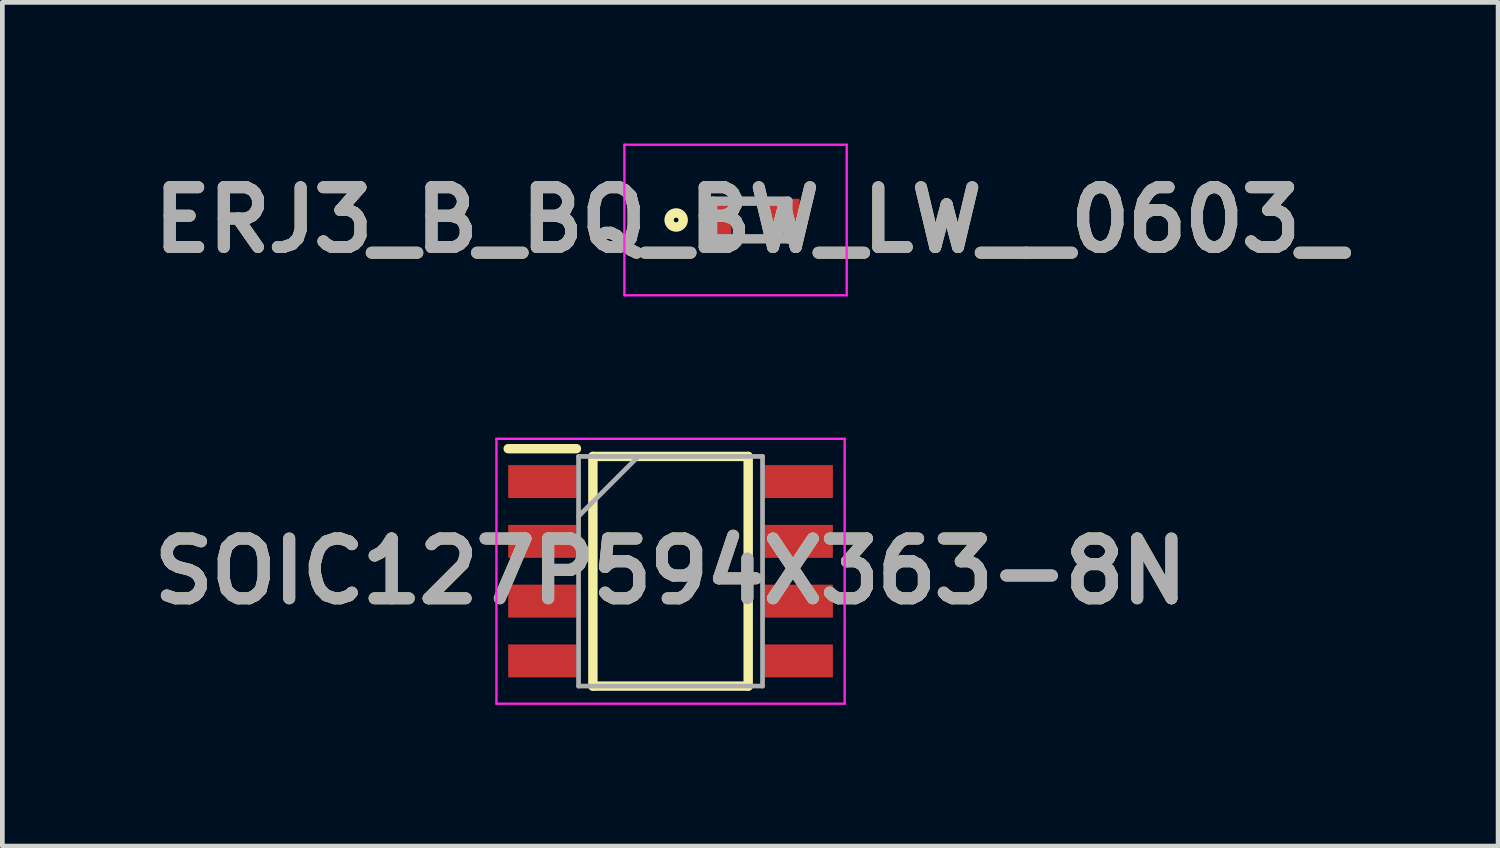
<source format=kicad_pcb>
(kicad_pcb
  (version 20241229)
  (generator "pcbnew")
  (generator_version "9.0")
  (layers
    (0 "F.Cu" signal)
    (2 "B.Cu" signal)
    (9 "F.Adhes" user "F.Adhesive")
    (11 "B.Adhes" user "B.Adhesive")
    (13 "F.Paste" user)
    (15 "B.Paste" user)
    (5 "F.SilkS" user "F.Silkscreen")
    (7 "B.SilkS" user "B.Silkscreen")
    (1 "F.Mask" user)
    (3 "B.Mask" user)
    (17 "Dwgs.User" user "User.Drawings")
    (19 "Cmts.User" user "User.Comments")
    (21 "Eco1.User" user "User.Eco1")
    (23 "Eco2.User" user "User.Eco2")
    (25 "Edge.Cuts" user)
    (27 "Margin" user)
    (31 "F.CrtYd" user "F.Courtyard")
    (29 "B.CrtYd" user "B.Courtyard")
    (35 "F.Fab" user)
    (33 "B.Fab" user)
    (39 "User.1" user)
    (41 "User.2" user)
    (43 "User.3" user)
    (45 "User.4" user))
  (footprint "ERJ3_B_BQ_BW_LW__0603_"
    (layer "F.Cu")
    (at 12.894 1.625)
    (property "Reference" "ERJ3_B_BQ_BW_LW__0603_" (at 0 0 0) (layer "F.SilkS") (effects (font (size 1.27 1.27) (thickness 0.254))))
    (attr smd)
    (fp_circle (center -1.575 0) (end -1.575 0.05) (stroke (width 0.2) (type solid)) (fill no) (layer "F.SilkS"))
    (fp_line (start -2.675 -1.6) (end 2.05 -1.6) (stroke (width 0.05) (type solid)) (layer "F.CrtYd"))
    (fp_line (start -2.675 1.6) (end -2.675 -1.6) (stroke (width 0.05) (type solid)) (layer "F.CrtYd"))
    (fp_line (start 2.05 -1.6) (end 2.05 1.6) (stroke (width 0.05) (type solid)) (layer "F.CrtYd"))
    (fp_line (start 2.05 1.6) (end -2.675 1.6) (stroke (width 0.05) (type solid)) (layer "F.CrtYd"))
    (fp_line (start -0.8 -0.4) (end 0.8 -0.4) (stroke (width 0.2) (type solid)) (layer "F.Fab"))
    (fp_line (start -0.8 0.4) (end -0.8 -0.4) (stroke (width 0.2) (type solid)) (layer "F.Fab"))
    (fp_line (start 0.8 -0.4) (end 0.8 0.4) (stroke (width 0.2) (type solid)) (layer "F.Fab"))
    (fp_line (start 0.8 0.4) (end -0.8 0.4) (stroke (width 0.2) (type solid)) (layer "F.Fab"))
    (fp_text user "${REFERENCE}" (at 0 0 0) (layer "F.Fab") (effects (font (size 1.27 1.27) (thickness 0.254))))
    (pad "1" smd rect (at -0.725 0) (size 0.65 0.9) (layers "F.Cu" "F.Mask" "F.Paste"))
    (pad "2" smd rect (at 0.725 0) (size 0.65 0.9) (layers "F.Cu" "F.Mask" "F.Paste")))
  (footprint "SOIC127P594X363-8N"
    (layer "F.Cu")
    (at 11.2 9.09)
    (property "Reference" "SOIC127P594X363-8N" (at 0 0 0) (layer "F.SilkS") (effects (font (size 1.27 1.27) (thickness 0.254))))
    (attr smd)
    (fp_line (start -3.45 -2.605) (end -2 -2.605) (stroke (width 0.2) (type solid)) (layer "F.SilkS"))
    (fp_line (start -1.65 -2.44) (end 1.65 -2.44) (stroke (width 0.2) (type solid)) (layer "F.SilkS"))
    (fp_line (start -1.65 2.44) (end -1.65 -2.44) (stroke (width 0.2) (type solid)) (layer "F.SilkS"))
    (fp_line (start 1.65 -2.44) (end 1.65 2.44) (stroke (width 0.2) (type solid)) (layer "F.SilkS"))
    (fp_line (start 1.65 2.44) (end -1.65 2.44) (stroke (width 0.2) (type solid)) (layer "F.SilkS"))
    (fp_line (start -3.7 -2.815) (end 3.7 -2.815) (stroke (width 0.05) (type solid)) (layer "F.CrtYd"))
    (fp_line (start -3.7 2.815) (end -3.7 -2.815) (stroke (width 0.05) (type solid)) (layer "F.CrtYd"))
    (fp_line (start 3.7 -2.815) (end 3.7 2.815) (stroke (width 0.05) (type solid)) (layer "F.CrtYd"))
    (fp_line (start 3.7 2.815) (end -3.7 2.815) (stroke (width 0.05) (type solid)) (layer "F.CrtYd"))
    (fp_line (start -1.955 -2.44) (end 1.955 -2.44) (stroke (width 0.1) (type solid)) (layer "F.Fab"))
    (fp_line (start -1.955 -1.17) (end -0.685 -2.44) (stroke (width 0.1) (type solid)) (layer "F.Fab"))
    (fp_line (start -1.955 2.44) (end -1.955 -2.44) (stroke (width 0.1) (type solid)) (layer "F.Fab"))
    (fp_line (start 1.955 -2.44) (end 1.955 2.44) (stroke (width 0.1) (type solid)) (layer "F.Fab"))
    (fp_line (start 1.955 2.44) (end -1.955 2.44) (stroke (width 0.1) (type solid)) (layer "F.Fab"))
    (fp_text user "${REFERENCE}" (at 0 0 0) (layer "F.Fab") (effects (font (size 1.27 1.27) (thickness 0.254))))
    (pad "1" smd rect (at -2.725 -1.905 90) (size 0.7 1.45) (layers "F.Cu" "F.Mask" "F.Paste"))
    (pad "2" smd rect (at -2.725 -0.635 90) (size 0.7 1.45) (layers "F.Cu" "F.Mask" "F.Paste"))
    (pad "3" smd rect (at -2.725 0.635 90) (size 0.7 1.45) (layers "F.Cu" "F.Mask" "F.Paste"))
    (pad "4" smd rect (at -2.725 1.905 90) (size 0.7 1.45) (layers "F.Cu" "F.Mask" "F.Paste"))
    (pad "5" smd rect (at 2.725 1.905 90) (size 0.7 1.45) (layers "F.Cu" "F.Mask" "F.Paste"))
    (pad "6" smd rect (at 2.725 0.635 90) (size 0.7 1.45) (layers "F.Cu" "F.Mask" "F.Paste"))
    (pad "7" smd rect (at 2.725 -0.635 90) (size 0.7 1.45) (layers "F.Cu" "F.Mask" "F.Paste"))
    (pad "8" smd rect (at 2.725 -1.905 90) (size 0.7 1.45) (layers "F.Cu" "F.Mask" "F.Paste")))
  (gr_rect
    (start -3 -3)
    (end 28.787 14.93)
    (stroke (width 0.1) (type default))
    (fill no)
    (layer "Edge.Cuts")))
</source>
